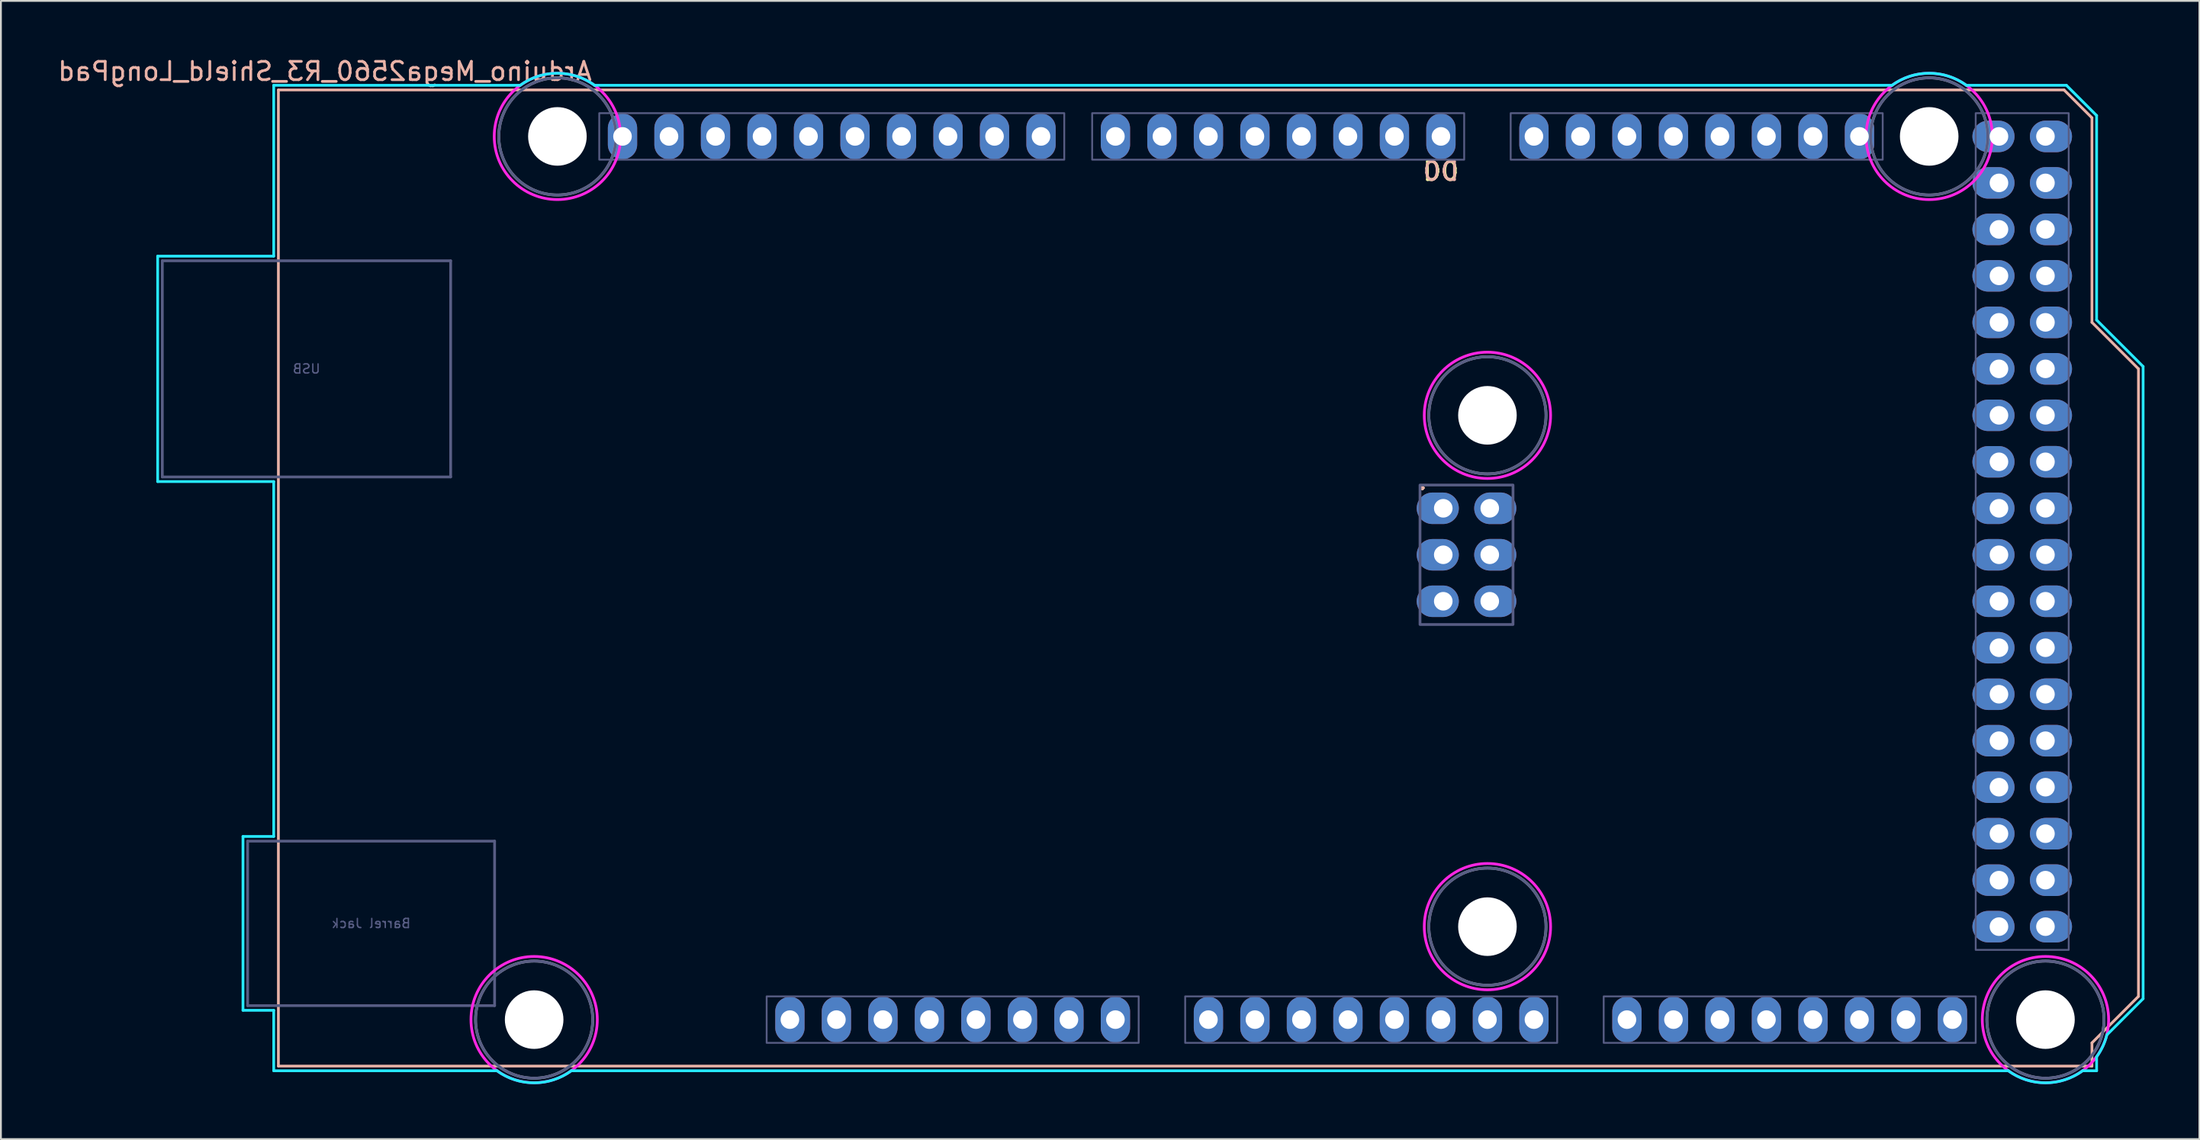
<source format=kicad_pcb>
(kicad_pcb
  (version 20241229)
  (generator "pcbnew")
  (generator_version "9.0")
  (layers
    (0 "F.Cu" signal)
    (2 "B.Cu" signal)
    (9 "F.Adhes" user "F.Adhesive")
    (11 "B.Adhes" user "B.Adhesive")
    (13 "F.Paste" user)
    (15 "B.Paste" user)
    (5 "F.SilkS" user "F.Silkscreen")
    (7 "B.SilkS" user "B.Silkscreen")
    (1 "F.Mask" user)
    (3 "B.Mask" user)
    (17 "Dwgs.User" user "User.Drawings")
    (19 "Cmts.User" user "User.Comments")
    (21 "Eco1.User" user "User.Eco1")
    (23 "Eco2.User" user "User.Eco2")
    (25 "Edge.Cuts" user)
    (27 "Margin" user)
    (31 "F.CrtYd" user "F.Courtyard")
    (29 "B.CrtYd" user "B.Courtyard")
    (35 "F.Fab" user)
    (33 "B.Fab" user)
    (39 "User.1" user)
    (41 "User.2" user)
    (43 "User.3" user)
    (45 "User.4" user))
  (footprint "Arduino_Mega2560_R3_Shield_LongPad"
    (layer "F.Cu")
    (at 12.156 55.204)
    (property "Reference" "Arduino_Mega2560_R3_Shield_LongPad" (at 2.54 -54.356 0) (layer "B.SilkS") (effects (font (size 1 1) (thickness 0.15)) (justify mirror)))
    (attr through_hole)
    (fp_line (start 0 -53.34) (end 0 0) (stroke (width 0.15) (type solid)) (layer "B.SilkS"))
    (fp_line (start 0 -53.34) (end 97.536 -53.34) (stroke (width 0.15) (type solid)) (layer "B.SilkS"))
    (fp_line (start 0 0) (end 99.06 0) (stroke (width 0.15) (type solid)) (layer "B.SilkS"))
    (fp_line (start 97.536 -53.34) (end 99.06 -51.816) (stroke (width 0.15) (type solid)) (layer "B.SilkS"))
    (fp_line (start 99.06 -40.64) (end 99.06 -51.816) (stroke (width 0.15) (type solid)) (layer "B.SilkS"))
    (fp_line (start 99.06 -1.27) (end 101.6 -3.81) (stroke (width 0.15) (type solid)) (layer "B.SilkS"))
    (fp_line (start 99.06 0) (end 99.06 -1.27) (stroke (width 0.15) (type solid)) (layer "B.SilkS"))
    (fp_line (start 101.6 -38.1) (end 99.06 -40.64) (stroke (width 0.15) (type solid)) (layer "B.SilkS"))
    (fp_line (start 101.6 -3.81) (end 101.6 -38.1) (stroke (width 0.15) (type solid)) (layer "B.SilkS"))
    (fp_line (start -6.594 -44.258) (end -0.254 -44.258) (stroke (width 0.15) (type solid)) (layer "B.CrtYd"))
    (fp_line (start -6.594 -31.94) (end -6.594 -44.258) (stroke (width 0.15) (type solid)) (layer "B.CrtYd"))
    (fp_line (start -1.934 -12.548) (end -1.934 -3.049) (stroke (width 0.15) (type solid)) (layer "B.CrtYd"))
    (fp_line (start -1.934 -12.548) (end -0.254 -12.548) (stroke (width 0.15) (type solid)) (layer "B.CrtYd"))
    (fp_line (start -1.934 -3.049) (end -0.254 -3.049) (stroke (width 0.15) (type solid)) (layer "B.CrtYd"))
    (fp_line (start -0.254 -53.594) (end -0.254 -44.258) (stroke (width 0.15) (type solid)) (layer "B.CrtYd"))
    (fp_line (start -0.254 -31.94) (end -6.594 -31.94) (stroke (width 0.15) (type solid)) (layer "B.CrtYd"))
    (fp_line (start -0.254 -31.94) (end -0.254 -12.548) (stroke (width 0.15) (type solid)) (layer "B.CrtYd"))
    (fp_line (start -0.254 -3.049) (end -0.254 0.254) (stroke (width 0.15) (type solid)) (layer "B.CrtYd"))
    (fp_line (start 11.938 0.254) (end -0.254 0.254) (stroke (width 0.15) (type solid)) (layer "B.CrtYd"))
    (fp_line (start 13.208 -53.594) (end -0.254 -53.594) (stroke (width 0.15) (type solid)) (layer "B.CrtYd"))
    (fp_line (start 16.002 0.254) (end 94.488 0.254) (stroke (width 0.15) (type solid)) (layer "B.CrtYd"))
    (fp_line (start 17.272 -53.594) (end 88.138 -53.594) (stroke (width 0.15) (type solid)) (layer "B.CrtYd"))
    (fp_line (start 97.663 -53.594) (end 92.202 -53.594) (stroke (width 0.15) (type solid)) (layer "B.CrtYd"))
    (fp_line (start 97.663 -53.594) (end 99.314 -51.943) (stroke (width 0.15) (type solid)) (layer "B.CrtYd"))
    (fp_line (start 99.314 -40.767) (end 99.314 -51.943) (stroke (width 0.15) (type solid)) (layer "B.CrtYd"))
    (fp_line (start 99.314 0.254) (end 98.552 0.254) (stroke (width 0.15) (type solid)) (layer "B.CrtYd"))
    (fp_line (start 99.314 0.254) (end 99.314 -0.508) (stroke (width 0.15) (type solid)) (layer "B.CrtYd"))
    (fp_line (start 99.873 -1.702) (end 101.854 -3.683) (stroke (width 0.15) (type solid)) (layer "B.CrtYd"))
    (fp_line (start 101.854 -38.227) (end 99.314 -40.767) (stroke (width 0.15) (type solid)) (layer "B.CrtYd"))
    (fp_line (start 101.854 -3.683) (end 101.854 -38.227) (stroke (width 0.15) (type solid)) (layer "B.CrtYd"))
    (fp_arc (start 13.208 -53.594) (mid 15.24 -54.254237) (end 17.272 -53.594) (stroke (width 0.15) (type solid)) (layer "B.CrtYd"))
    (fp_arc (start 16.002 0.254) (mid 13.97 0.914237) (end 11.938 0.254) (stroke (width 0.15) (type solid)) (layer "B.CrtYd"))
    (fp_arc (start 88.138 -53.594) (mid 90.17 -54.254237) (end 92.202 -53.594) (stroke (width 0.15) (type solid)) (layer "B.CrtYd"))
    (fp_arc (start 98.552 0.254) (mid 96.52 0.914237) (end 94.488 0.254) (stroke (width 0.15) (type solid)) (layer "B.CrtYd"))
    (fp_arc (start 99.8728 -1.7018) (mid 99.650925 -1.077973) (end 99.314 -0.508) (stroke (width 0.15) (type solid)) (layer "B.CrtYd"))
    (fp_circle (center 13.97 -2.54) (end 17.42 -2.54) (stroke (width 0.15) (type solid)) (fill no) (layer "F.CrtYd"))
    (fp_circle (center 15.24 -50.8) (end 18.69 -50.8) (stroke (width 0.15) (type solid)) (fill no) (layer "F.CrtYd"))
    (fp_circle (center 66.04 -35.56) (end 69.49 -35.56) (stroke (width 0.15) (type solid)) (fill no) (layer "F.CrtYd"))
    (fp_circle (center 66.04 -7.62) (end 69.49 -7.62) (stroke (width 0.15) (type solid)) (fill no) (layer "F.CrtYd"))
    (fp_circle (center 90.17 -50.8) (end 93.62 -50.8) (stroke (width 0.15) (type solid)) (fill no) (layer "F.CrtYd"))
    (fp_circle (center 96.52 -2.54) (end 99.97 -2.54) (stroke (width 0.15) (type solid)) (fill no) (layer "F.CrtYd"))
    (fp_line (start -6.34 -44.004) (end 9.41 -44.004) (stroke (width 0.15) (type solid)) (layer "B.Fab"))
    (fp_line (start -6.34 -32.194) (end -6.34 -44.004) (stroke (width 0.15) (type solid)) (layer "B.Fab"))
    (fp_line (start -6.34 -32.194) (end 9.41 -32.194) (stroke (width 0.15) (type solid)) (layer "B.Fab"))
    (fp_line (start -1.68 -12.294) (end -1.68 -3.303) (stroke (width 0.15) (type solid)) (layer "B.Fab"))
    (fp_line (start -1.68 -12.294) (end 11.81 -12.294) (stroke (width 0.15) (type solid)) (layer "B.Fab"))
    (fp_line (start -1.68 -3.303) (end 11.81 -3.303) (stroke (width 0.15) (type solid)) (layer "B.Fab"))
    (fp_line (start 9.41 -32.194) (end 9.41 -44.004) (stroke (width 0.15) (type solid)) (layer "B.Fab"))
    (fp_line (start 11.81 -12.294) (end 11.81 -3.303) (stroke (width 0.15) (type solid)) (layer "B.Fab"))
    (fp_rect (start 17.526 -52.07) (end 42.926 -49.53) (stroke (width 0.1) (type solid)) (fill no) (layer "B.Fab"))
    (fp_rect (start 26.67 -3.81) (end 46.99 -1.27) (stroke (width 0.1) (type solid)) (fill no) (layer "B.Fab"))
    (fp_rect (start 44.45 -52.07) (end 64.77 -49.53) (stroke (width 0.1) (type solid)) (fill no) (layer "B.Fab"))
    (fp_rect (start 49.53 -3.81) (end 69.85 -1.27) (stroke (width 0.1) (type solid)) (fill no) (layer "B.Fab"))
    (fp_rect (start 62.357 -31.75) (end 67.437 -24.13) (stroke (width 0.15) (type solid)) (fill no) (layer "B.Fab"))
    (fp_rect (start 67.31 -52.07) (end 87.63 -49.53) (stroke (width 0.1) (type solid)) (fill no) (layer "B.Fab"))
    (fp_rect (start 72.39 -3.81) (end 92.71 -1.27) (stroke (width 0.1) (type solid)) (fill no) (layer "B.Fab"))
    (fp_rect (start 92.71 -52.07) (end 97.79 -6.35) (stroke (width 0.1) (type solid)) (fill no) (layer "B.Fab"))
    (fp_circle (center 13.97 -2.54) (end 17.17 -2.54) (stroke (width 0.15) (type solid)) (fill no) (layer "B.Fab"))
    (fp_circle (center 15.24 -50.8) (end 18.44 -50.8) (stroke (width 0.15) (type solid)) (fill no) (layer "B.Fab"))
    (fp_circle (center 66.04 -35.56) (end 69.24 -35.56) (stroke (width 0.15) (type solid)) (fill no) (layer "B.Fab"))
    (fp_circle (center 66.04 -7.62) (end 69.24 -7.62) (stroke (width 0.15) (type solid)) (fill no) (layer "B.Fab"))
    (fp_circle (center 90.17 -50.8) (end 93.37 -50.8) (stroke (width 0.15) (type solid)) (fill no) (layer "B.Fab"))
    (fp_circle (center 96.52 -2.54) (end 99.72 -2.54) (stroke (width 0.15) (type solid)) (fill no) (layer "B.Fab"))
    (fp_circle (center 13.97 -2.54) (end 17.17 -2.54) (stroke (width 0.15) (type solid)) (fill no) (layer "F.Fab"))
    (fp_circle (center 15.24 -50.8) (end 18.44 -50.8) (stroke (width 0.15) (type solid)) (fill no) (layer "F.Fab"))
    (fp_circle (center 66.04 -35.56) (end 69.24 -35.56) (stroke (width 0.15) (type solid)) (fill no) (layer "F.Fab"))
    (fp_circle (center 66.04 -7.62) (end 69.24 -7.62) (stroke (width 0.15) (type solid)) (fill no) (layer "F.Fab"))
    (fp_circle (center 90.17 -50.8) (end 93.37 -50.8) (stroke (width 0.15) (type solid)) (fill no) (layer "F.Fab"))
    (fp_circle (center 96.52 -2.54) (end 99.72 -2.54) (stroke (width 0.15) (type solid)) (fill no) (layer "F.Fab"))
    (fp_text user "." (at 62.484 -32.004 0) (layer "F.SilkS") (effects (font (size 1 1) (thickness 0.15))))
    (fp_text user "D0" (at 63.5 -48.895 0) (unlocked yes) (layer "F.SilkS") (effects (font (size 1 1) (thickness 0.15))))
    (fp_text user "D0" (at 63.5 -48.895 0) (unlocked yes) (layer "B.SilkS") (effects (font (size 1 1) (thickness 0.15)) (justify mirror)))
    (fp_text user "." (at 62.484 -32.004 0) (layer "B.SilkS") (effects (font (size 1 1) (thickness 0.15))))
    (fp_text user "USB" (at 1.535 -38.099 0) (layer "B.Fab") (effects (font (size 0.5 0.5) (thickness 0.075)) (justify mirror)))
    (fp_text user "Barrel Jack" (at 5.065 -7.798 0) (layer "B.Fab") (effects (font (size 0.5 0.5) (thickness 0.075)) (justify mirror)))
    (pad "" np_thru_hole circle (at 13.97 -2.54) (size 3.2 3.2) (drill 3.2) (layers "*.Cu" "*.Mask"))
    (pad "" np_thru_hole circle (at 15.24 -50.8) (size 3.2 3.2) (drill 3.2) (layers "*.Cu" "*.Mask"))
    (pad "" thru_hole oval (at 27.94 -2.54) (size 1.6 2.5) (drill 1.016) (layers "*.Cu" "*.Mask"))
    (pad "" np_thru_hole circle (at 66.04 -35.56) (size 3.2 3.2) (drill 3.2) (layers "*.Cu" "*.Mask"))
    (pad "" np_thru_hole circle (at 66.04 -7.62) (size 3.2 3.2) (drill 3.2) (layers "*.Cu" "*.Mask"))
    (pad "" np_thru_hole circle (at 90.17 -50.8) (size 3.2 3.2) (drill 3.2) (layers "*.Cu" "*.Mask"))
    (pad "" np_thru_hole circle (at 96.52 -2.54) (size 3.2 3.2) (drill 3.2) (layers "*.Cu" "*.Mask"))
    (pad "3V3" thru_hole oval (at 35.56 -2.54) (size 1.6 2.5) (drill 1.016) (layers "*.Cu" "*.Mask"))
    (pad "5V1" thru_hole oval (at 38.1 -2.54) (size 1.6 2.5) (drill 1.016) (layers "*.Cu" "*.Mask"))
    (pad "5V2" thru_hole oval (at 66.167 -30.48) (size 2.3 1.727) (drill 1.016 (offset 0.3 0)) (layers "*.Cu" "*.Mask"))
    (pad "5V3" thru_hole oval (at 93.98 -50.8) (size 2.3 1.72) (drill 1.016 (offset -0.3 0)) (layers "*.Cu" "*.Mask"))
    (pad "5V4" thru_hole oval (at 96.52 -50.8) (size 2.3 1.727) (drill 1.016 (offset 0.3 0)) (layers "*.Cu" "*.Mask"))
    (pad "A0" thru_hole oval (at 50.8 -2.54) (size 1.6 2.5) (drill 1.016) (layers "*.Cu" "*.Mask"))
    (pad "A1" thru_hole oval (at 53.34 -2.54) (size 1.6 2.5) (drill 1.016) (layers "*.Cu" "*.Mask"))
    (pad "A2" thru_hole oval (at 55.88 -2.54) (size 1.6 2.5) (drill 1.016) (layers "*.Cu" "*.Mask"))
    (pad "A3" thru_hole oval (at 58.42 -2.54) (size 1.6 2.5) (drill 1.016) (layers "*.Cu" "*.Mask"))
    (pad "A4" thru_hole oval (at 60.96 -2.54) (size 1.6 2.5) (drill 1.016) (layers "*.Cu" "*.Mask"))
    (pad "A5" thru_hole oval (at 63.5 -2.54) (size 1.6 2.5) (drill 1.016) (layers "*.Cu" "*.Mask"))
    (pad "A6" thru_hole oval (at 66.04 -2.54) (size 1.6 2.5) (drill 1.016) (layers "*.Cu" "*.Mask"))
    (pad "A7" thru_hole oval (at 68.58 -2.54) (size 1.6 2.5) (drill 1.016) (layers "*.Cu" "*.Mask"))
    (pad "A8" thru_hole oval (at 73.66 -2.54) (size 1.6 2.5) (drill 1.016) (layers "*.Cu" "*.Mask"))
    (pad "A9" thru_hole oval (at 76.2 -2.54) (size 1.6 2.5) (drill 1.016) (layers "*.Cu" "*.Mask"))
    (pad "A10" thru_hole oval (at 78.74 -2.54) (size 1.6 2.5) (drill 1.016) (layers "*.Cu" "*.Mask"))
    (pad "A11" thru_hole oval (at 81.28 -2.54) (size 1.6 2.5) (drill 1.016) (layers "*.Cu" "*.Mask"))
    (pad "A12" thru_hole oval (at 83.82 -2.54) (size 1.6 2.5) (drill 1.016) (layers "*.Cu" "*.Mask"))
    (pad "A13" thru_hole oval (at 86.36 -2.54) (size 1.6 2.5) (drill 1.016) (layers "*.Cu" "*.Mask"))
    (pad "A14" thru_hole oval (at 88.9 -2.54) (size 1.6 2.5) (drill 1.016) (layers "*.Cu" "*.Mask"))
    (pad "A15" thru_hole oval (at 91.44 -2.54) (size 1.6 2.5) (drill 1.016) (layers "*.Cu" "*.Mask"))
    (pad "AREF" thru_hole oval (at 23.876 -50.8) (size 1.6 2.5) (drill 1.016) (layers "*.Cu" "*.Mask"))
    (pad "D0" thru_hole oval (at 63.5 -50.8) (size 1.6 2.5) (drill 1.016) (layers "*.Cu" "*.Mask"))
    (pad "D1" thru_hole oval (at 60.96 -50.8) (size 1.6 2.5) (drill 1.016) (layers "*.Cu" "*.Mask"))
    (pad "D2" thru_hole oval (at 58.42 -50.8) (size 1.6 2.5) (drill 1.016) (layers "*.Cu" "*.Mask"))
    (pad "D3" thru_hole oval (at 55.88 -50.8) (size 1.6 2.5) (drill 1.016) (layers "*.Cu" "*.Mask"))
    (pad "D4" thru_hole oval (at 53.34 -50.8) (size 1.6 2.5) (drill 1.016) (layers "*.Cu" "*.Mask"))
    (pad "D5" thru_hole oval (at 50.8 -50.8) (size 1.6 2.5) (drill 1.016) (layers "*.Cu" "*.Mask"))
    (pad "D6" thru_hole oval (at 48.26 -50.8) (size 1.6 2.5) (drill 1.016) (layers "*.Cu" "*.Mask"))
    (pad "D7" thru_hole oval (at 45.72 -50.8) (size 1.6 2.5) (drill 1.016) (layers "*.Cu" "*.Mask"))
    (pad "D8" thru_hole oval (at 41.656 -50.8) (size 1.6 2.5) (drill 1.016) (layers "*.Cu" "*.Mask"))
    (pad "D9" thru_hole oval (at 39.116 -50.8) (size 1.6 2.5) (drill 1.016) (layers "*.Cu" "*.Mask"))
    (pad "D10" thru_hole oval (at 36.576 -50.8) (size 1.6 2.5) (drill 1.016) (layers "*.Cu" "*.Mask"))
    (pad "D11" thru_hole oval (at 34.036 -50.8) (size 1.6 2.5) (drill 1.016) (layers "*.Cu" "*.Mask"))
    (pad "D12" thru_hole oval (at 31.496 -50.8) (size 1.6 2.5) (drill 1.016) (layers "*.Cu" "*.Mask"))
    (pad "D13" thru_hole oval (at 28.956 -50.8) (size 1.6 2.5) (drill 1.016) (layers "*.Cu" "*.Mask"))
    (pad "D14" thru_hole oval (at 68.58 -50.8) (size 1.6 2.5) (drill 1.016) (layers "*.Cu" "*.Mask"))
    (pad "D15" thru_hole oval (at 71.12 -50.8) (size 1.6 2.5) (drill 1.016) (layers "*.Cu" "*.Mask"))
    (pad "D16" thru_hole oval (at 73.66 -50.8) (size 1.6 2.5) (drill 1.016) (layers "*.Cu" "*.Mask"))
    (pad "D17" thru_hole oval (at 76.2 -50.8) (size 1.6 2.5) (drill 1.016) (layers "*.Cu" "*.Mask"))
    (pad "D18" thru_hole oval (at 78.74 -50.8) (size 1.6 2.5) (drill 1.016) (layers "*.Cu" "*.Mask"))
    (pad "D19" thru_hole oval (at 81.28 -50.8) (size 1.6 2.5) (drill 1.016) (layers "*.Cu" "*.Mask"))
    (pad "D20" thru_hole oval (at 83.82 -50.8) (size 1.6 2.5) (drill 1.016) (layers "*.Cu" "*.Mask"))
    (pad "D21" thru_hole oval (at 86.36 -50.8) (size 1.6 2.5) (drill 1.016) (layers "*.Cu" "*.Mask"))
    (pad "D22" thru_hole oval (at 93.98 -48.26) (size 2.3 1.72) (drill 1.016 (offset -0.3 0)) (layers "*.Cu" "*.Mask"))
    (pad "D23" thru_hole oval (at 96.52 -48.26) (size 2.3 1.727) (drill 1.016 (offset 0.3 0)) (layers "*.Cu" "*.Mask"))
    (pad "D24" thru_hole oval (at 93.98 -45.72) (size 2.3 1.72) (drill 1.016 (offset -0.3 0)) (layers "*.Cu" "*.Mask"))
    (pad "D25" thru_hole oval (at 96.52 -45.72) (size 2.3 1.727) (drill 1.016 (offset 0.3 0)) (layers "*.Cu" "*.Mask"))
    (pad "D26" thru_hole oval (at 93.98 -43.18) (size 2.3 1.72) (drill 1.016 (offset -0.3 0)) (layers "*.Cu" "*.Mask"))
    (pad "D27" thru_hole oval (at 96.52 -43.18) (size 2.3 1.727) (drill 1.016 (offset 0.3 0)) (layers "*.Cu" "*.Mask"))
    (pad "D28" thru_hole oval (at 93.98 -40.64) (size 2.3 1.72) (drill 1.016 (offset -0.3 0)) (layers "*.Cu" "*.Mask"))
    (pad "D29" thru_hole oval (at 96.52 -40.64) (size 2.3 1.727) (drill 1.016 (offset 0.3 0)) (layers "*.Cu" "*.Mask"))
    (pad "D30" thru_hole oval (at 93.98 -38.1) (size 2.3 1.72) (drill 1.016 (offset -0.3 0)) (layers "*.Cu" "*.Mask"))
    (pad "D31" thru_hole oval (at 96.52 -38.1) (size 2.3 1.727) (drill 1.016 (offset 0.3 0)) (layers "*.Cu" "*.Mask"))
    (pad "D32" thru_hole oval (at 93.98 -35.56) (size 2.3 1.72) (drill 1.016 (offset -0.3 0)) (layers "*.Cu" "*.Mask"))
    (pad "D33" thru_hole oval (at 96.52 -35.56) (size 2.3 1.727) (drill 1.016 (offset 0.3 0)) (layers "*.Cu" "*.Mask"))
    (pad "D34" thru_hole oval (at 93.98 -33.02) (size 2.3 1.72) (drill 1.016 (offset -0.3 0)) (layers "*.Cu" "*.Mask"))
    (pad "D35" thru_hole oval (at 96.52 -33.02) (size 2.3 1.727) (drill 1.016 (offset 0.3 0)) (layers "*.Cu" "*.Mask"))
    (pad "D36" thru_hole oval (at 93.98 -30.48) (size 2.3 1.72) (drill 1.016 (offset -0.3 0)) (layers "*.Cu" "*.Mask"))
    (pad "D37" thru_hole oval (at 96.52 -30.48) (size 2.3 1.727) (drill 1.016 (offset 0.3 0)) (layers "*.Cu" "*.Mask"))
    (pad "D38" thru_hole oval (at 93.98 -27.94) (size 2.3 1.72) (drill 1.016 (offset -0.3 0)) (layers "*.Cu" "*.Mask"))
    (pad "D39" thru_hole oval (at 96.52 -27.94) (size 2.3 1.727) (drill 1.016 (offset 0.3 0)) (layers "*.Cu" "*.Mask"))
    (pad "D40" thru_hole oval (at 93.98 -25.4) (size 2.3 1.72) (drill 1.016 (offset -0.3 0)) (layers "*.Cu" "*.Mask"))
    (pad "D41" thru_hole oval (at 96.52 -25.4) (size 2.3 1.727) (drill 1.016 (offset 0.3 0)) (layers "*.Cu" "*.Mask"))
    (pad "D42" thru_hole oval (at 93.98 -22.86) (size 2.3 1.72) (drill 1.016 (offset -0.3 0)) (layers "*.Cu" "*.Mask"))
    (pad "D43" thru_hole oval (at 96.52 -22.86) (size 2.3 1.727) (drill 1.016 (offset 0.3 0)) (layers "*.Cu" "*.Mask"))
    (pad "D44" thru_hole oval (at 93.98 -20.32) (size 2.3 1.72) (drill 1.016 (offset -0.3 0)) (layers "*.Cu" "*.Mask"))
    (pad "D45" thru_hole oval (at 96.52 -20.32) (size 2.3 1.727) (drill 1.016 (offset 0.3 0)) (layers "*.Cu" "*.Mask"))
    (pad "D46" thru_hole oval (at 93.98 -17.78) (size 2.3 1.72) (drill 1.016 (offset -0.3 0)) (layers "*.Cu" "*.Mask"))
    (pad "D47" thru_hole oval (at 96.52 -17.78) (size 2.3 1.727) (drill 1.016 (offset 0.3 0)) (layers "*.Cu" "*.Mask"))
    (pad "D48" thru_hole oval (at 93.98 -15.24) (size 2.3 1.72) (drill 1.016 (offset -0.3 0)) (layers "*.Cu" "*.Mask"))
    (pad "D49" thru_hole oval (at 96.52 -15.24) (size 2.3 1.727) (drill 1.016 (offset 0.3 0)) (layers "*.Cu" "*.Mask"))
    (pad "D50" thru_hole oval (at 93.98 -12.7) (size 2.3 1.72) (drill 1.016 (offset -0.3 0)) (layers "*.Cu" "*.Mask"))
    (pad "D51" thru_hole oval (at 96.52 -12.7) (size 2.3 1.727) (drill 1.016 (offset 0.3 0)) (layers "*.Cu" "*.Mask"))
    (pad "D52" thru_hole oval (at 93.98 -10.16) (size 2.3 1.72) (drill 1.016 (offset -0.3 0)) (layers "*.Cu" "*.Mask"))
    (pad "D53" thru_hole oval (at 96.52 -10.16) (size 2.3 1.727) (drill 1.016 (offset 0.3 0)) (layers "*.Cu" "*.Mask"))
    (pad "GND1" thru_hole oval (at 26.416 -50.8) (size 1.6 2.5) (drill 1.016) (layers "*.Cu" "*.Mask"))
    (pad "GND2" thru_hole oval (at 40.64 -2.54) (size 1.6 2.5) (drill 1.016) (layers "*.Cu" "*.Mask"))
    (pad "GND3" thru_hole oval (at 43.18 -2.54) (size 1.6 2.5) (drill 1.016) (layers "*.Cu" "*.Mask"))
    (pad "GND4" thru_hole oval (at 66.167 -25.4) (size 2.3 1.727) (drill 1.016 (offset 0.3 0)) (layers "*.Cu" "*.Mask"))
    (pad "GND5" thru_hole oval (at 93.98 -7.62) (size 2.3 1.72) (drill 1.016 (offset -0.3 0)) (layers "*.Cu" "*.Mask"))
    (pad "GND6" thru_hole oval (at 96.52 -7.62) (size 2.3 1.727) (drill 1.016 (offset 0.3 0)) (layers "*.Cu" "*.Mask"))
    (pad "IORF" thru_hole oval (at 30.48 -2.54) (size 1.6 2.5) (drill 1.016) (layers "*.Cu" "*.Mask"))
    (pad "MISO" thru_hole oval (at 63.627 -30.48) (size 2.3 1.72) (drill 1.016 (offset -0.3 0)) (layers "*.Cu" "*.Mask"))
    (pad "MOSI" thru_hole oval (at 66.167 -27.94) (size 2.3 1.727) (drill 1.016 (offset 0.3 0)) (layers "*.Cu" "*.Mask"))
    (pad "RST1" thru_hole oval (at 33.02 -2.54) (size 1.6 2.5) (drill 1.016) (layers "*.Cu" "*.Mask"))
    (pad "RST2" thru_hole oval (at 63.627 -25.4) (size 2.3 1.72) (drill 1.016 (offset -0.3 0)) (layers "*.Cu" "*.Mask"))
    (pad "SCK" thru_hole oval (at 63.627 -27.94) (size 2.3 1.72) (drill 1.016 (offset -0.3 0)) (layers "*.Cu" "*.Mask"))
    (pad "SCL" thru_hole oval (at 18.796 -50.8) (size 1.6 2.5) (drill 1.016) (layers "*.Cu" "*.Mask"))
    (pad "SDA" thru_hole oval (at 21.336 -50.8) (size 1.6 2.5) (drill 1.016) (layers "*.Cu" "*.Mask"))
    (pad "VIN" thru_hole oval (at 45.72 -2.54) (size 1.6 2.5) (drill 1.016) (layers "*.Cu" "*.Mask")))
  (gr_rect
    (start -3 -3)
    (end 117.085 59.193)
    (stroke (width 0.1) (type default))
    (fill no)
    (layer "Edge.Cuts")))
</source>
